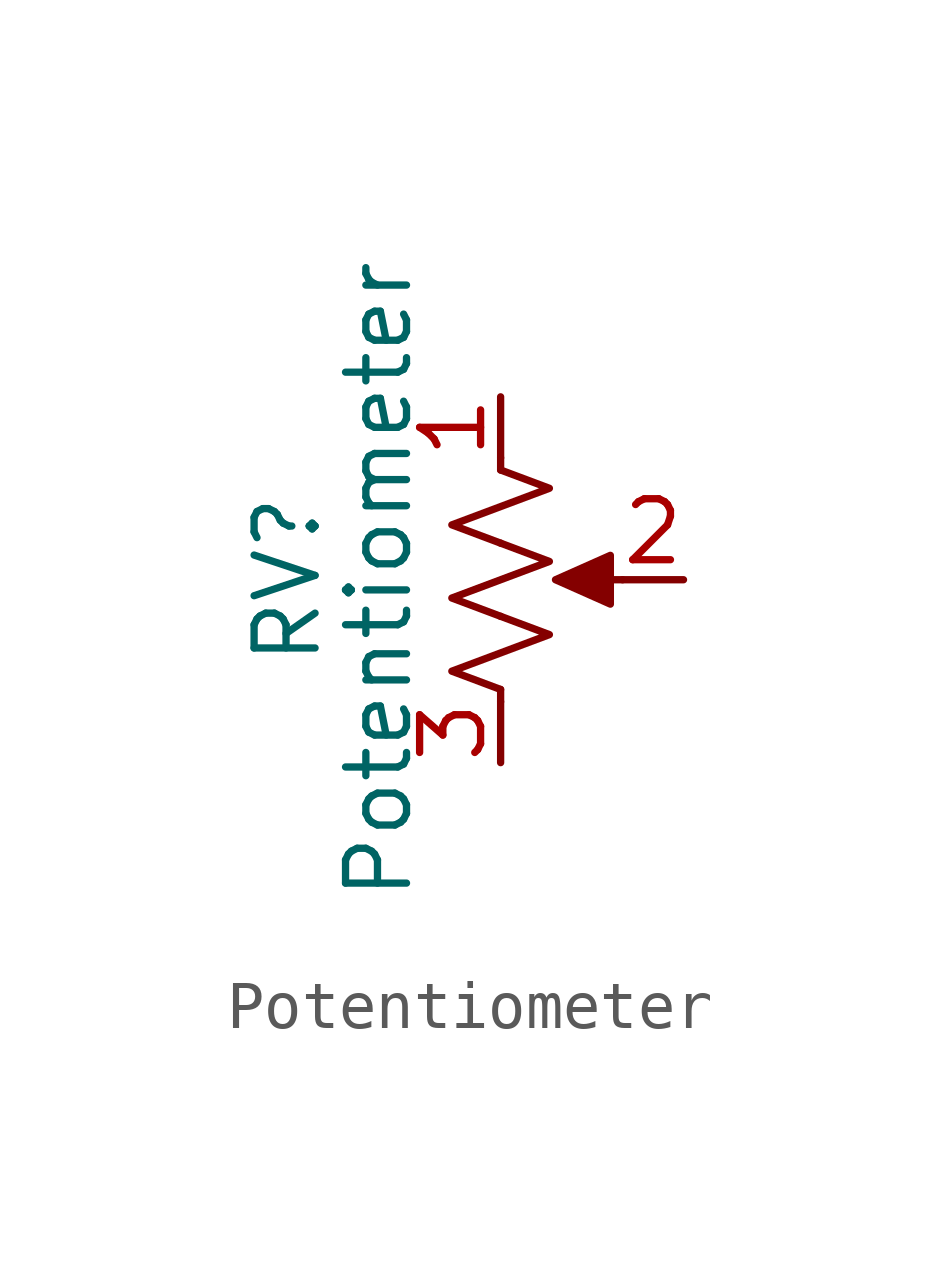
<source format=kicad_sym>
(kicad_symbol_lib
  (version 20220914)
  (generator kicad_symbol_editor)
  (symbol "Potentiometer"
    (pin_names
      (offset 1.016) hide)
    (property "Reference" "RV"
      (at -4.445 0 90)
      (effects (font (size 1.27 1.27))))
    (property "Value" "Potentiometer"
      (at -2.54 0 90)
      (effects (font (size 1.27 1.27))))
    (symbol "Potentiometer_0_1"
      (polyline (pts (xy 0 -2.286) (xy 0 -2.54)) (stroke (width 0) (type default)) (fill (type none)))
      (polyline (pts (xy 0 2.54) (xy 0 2.286)) (stroke (width 0) (type default)) (fill (type none)))
      (polyline (pts (xy 2.54 0) (xy 1.524 0)) (stroke (width 0) (type default)) (fill (type none)))
      (polyline (pts (xy 1.143 0) (xy 2.286 0.508) (xy 2.286 -0.508) (xy 1.143 0)) (stroke (width 0) (type default)) (fill (type outline)))
      (polyline (pts (xy 0 -0.762) (xy 1.016 -1.143) (xy 0 -1.524) (xy -1.016 -1.905) (xy 0 -2.286)) (stroke (width 0) (type default)) (fill (type none)))
      (polyline (pts (xy 0 0.762) (xy 1.016 0.381) (xy 0 0) (xy -1.016 -0.381) (xy 0 -0.762)) (stroke (width 0) (type default)) (fill (type none)))
      (polyline (pts (xy 0 2.286) (xy 1.016 1.905) (xy 0 1.524) (xy -1.016 1.143) (xy 0 0.762)) (stroke (width 0) (type default)) (fill (type none))))
    (symbol "Potentiometer_1_1"
      (pin passive line (at 0 3.81 270) (length 1.27) (name "1" (effects (font (size 1.27 1.27)))) (number "1" (effects (font (size 1.27 1.27)))))
      (pin passive line (at 3.81 0 180) (length 1.27) (name "2" (effects (font (size 1.27 1.27)))) (number "2" (effects (font (size 1.27 1.27)))))
      (pin passive line (at 0 -3.81 90) (length 1.27) (name "3" (effects (font (size 1.27 1.27)))) (number "3" (effects (font (size 1.27 1.27))))))))
</source>
